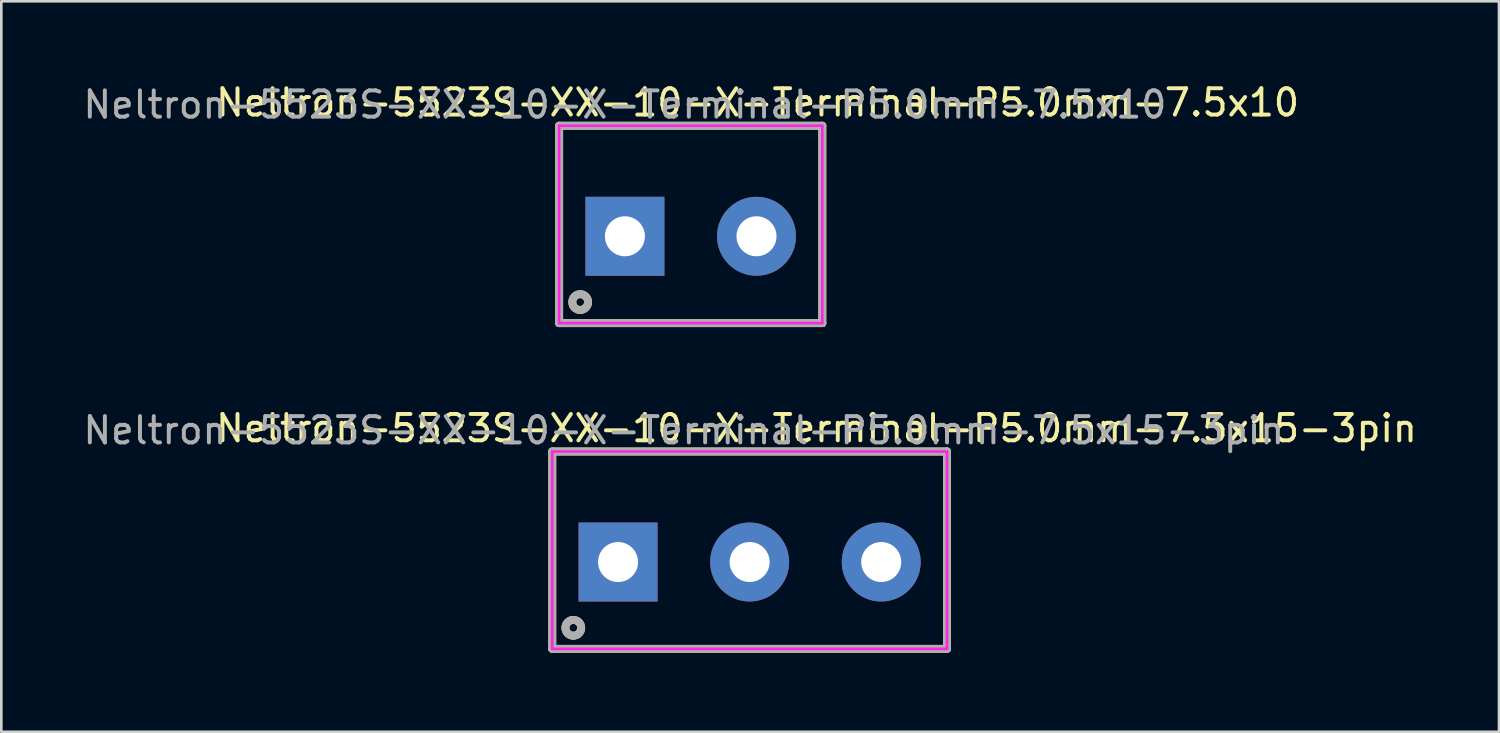
<source format=kicad_pcb>
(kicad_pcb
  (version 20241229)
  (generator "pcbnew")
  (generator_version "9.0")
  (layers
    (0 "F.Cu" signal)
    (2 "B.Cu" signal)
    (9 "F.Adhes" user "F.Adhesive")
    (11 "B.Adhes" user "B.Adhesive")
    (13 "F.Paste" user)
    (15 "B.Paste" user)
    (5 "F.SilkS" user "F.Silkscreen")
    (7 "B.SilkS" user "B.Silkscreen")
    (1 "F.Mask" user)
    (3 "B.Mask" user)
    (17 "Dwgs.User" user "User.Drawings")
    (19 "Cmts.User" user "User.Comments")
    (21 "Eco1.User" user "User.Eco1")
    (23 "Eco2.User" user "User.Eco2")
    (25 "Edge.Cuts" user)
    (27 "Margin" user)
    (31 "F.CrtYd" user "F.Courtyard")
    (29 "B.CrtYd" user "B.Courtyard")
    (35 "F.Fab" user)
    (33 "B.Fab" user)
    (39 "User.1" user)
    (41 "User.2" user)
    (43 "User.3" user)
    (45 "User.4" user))
  (footprint "Neltron-5523S-XX-10-X-Terminal-P5.0mm-7.5x15-3pin"
    (layer "F.Cu")
    (at 25.435 18.306)
    (property "Reference" "Neltron-5523S-XX-10-X-Terminal-P5.0mm-7.5x15-3pin" (at 2.54 -5.08 0) (layer "F.SilkS") (effects (font (size 1 1) (thickness 0.15))))
    (attr through_hole)
    (fp_line (start -7.5 -4.2) (end 7.5 -4.2) (stroke (width 0.3) (type solid)) (layer "F.SilkS"))
    (fp_line (start -7.5 3.3) (end -7.5 -4.2) (stroke (width 0.3) (type solid)) (layer "F.SilkS"))
    (fp_line (start -7.5 3.3) (end 7.5 3.3) (stroke (width 0.3) (type solid)) (layer "F.SilkS"))
    (fp_line (start 7.5 3.3) (end 7.5 -4.2) (stroke (width 0.3) (type solid)) (layer "F.SilkS"))
    (fp_circle (center -6.7 2.5) (end -6.4 2.5) (stroke (width 0.3) (type solid)) (fill no) (layer "F.SilkS"))
    (fp_line (start -7.5 -4.2) (end 7.5 -4.2) (stroke (width 0.1) (type solid)) (layer "F.CrtYd"))
    (fp_line (start -7.5 3.3) (end -7.5 -4.2) (stroke (width 0.1) (type solid)) (layer "F.CrtYd"))
    (fp_line (start 7.5 -4.2) (end 7.5 3.3) (stroke (width 0.1) (type solid)) (layer "F.CrtYd"))
    (fp_line (start 7.5 3.3) (end -7.5 3.3) (stroke (width 0.1) (type solid)) (layer "F.CrtYd"))
    (fp_line (start -7.5 -4.2) (end -7.5 3.3) (stroke (width 0.3) (type solid)) (layer "F.Fab"))
    (fp_line (start -7.5 3.3) (end 7.5 3.3) (stroke (width 0.3) (type solid)) (layer "F.Fab"))
    (fp_line (start 7.5 -4.2) (end -7.5 -4.2) (stroke (width 0.3) (type solid)) (layer "F.Fab"))
    (fp_line (start 7.5 3.3) (end 7.5 -4.2) (stroke (width 0.3) (type solid)) (layer "F.Fab"))
    (fp_circle (center -6.7 2.5) (end -6.4 2.5) (stroke (width 0.3) (type solid)) (fill no) (layer "F.Fab"))
    (fp_text user "${REFERENCE}" (at -2.5 -5 0) (layer "F.Fab") (effects (font (size 1 1) (thickness 0.15))))
    (pad "1" thru_hole rect (at -5 0) (size 3 3) (drill 1.52) (layers "*.Cu" "*.Mask"))
    (pad "2" thru_hole circle (at 0 0) (size 3 3) (drill 1.52) (layers "*.Cu" "*.Mask"))
    (pad "3" thru_hole circle (at 5 0) (size 3 3) (drill 1.52) (layers "*.Cu" "*.Mask")))
  (footprint "Neltron-5523S-XX-10-X-Terminal-P5.0mm-7.5x10"
    (layer "F.Cu")
    (at 23.196 5.928)
    (property "Reference" "Neltron-5523S-XX-10-X-Terminal-P5.0mm-7.5x10" (at 2.54 -5.08 0) (layer "F.SilkS") (effects (font (size 1 1) (thickness 0.15))))
    (attr through_hole)
    (fp_line (start -5 -4.2) (end 5 -4.2) (stroke (width 0.3) (type solid)) (layer "F.SilkS"))
    (fp_line (start -5 3.3) (end -5 -4.2) (stroke (width 0.3) (type solid)) (layer "F.SilkS"))
    (fp_line (start -5 3.3) (end 5 3.3) (stroke (width 0.3) (type solid)) (layer "F.SilkS"))
    (fp_line (start 5 3.3) (end 5 -4.2) (stroke (width 0.3) (type solid)) (layer "F.SilkS"))
    (fp_circle (center -4.2 2.5) (end -3.9 2.5) (stroke (width 0.3) (type solid)) (fill no) (layer "F.SilkS"))
    (fp_line (start -5 -4.2) (end 5 -4.2) (stroke (width 0.1) (type solid)) (layer "F.CrtYd"))
    (fp_line (start -5 3.3) (end -5 -4.2) (stroke (width 0.1) (type solid)) (layer "F.CrtYd"))
    (fp_line (start 5 -4.2) (end 5 3.3) (stroke (width 0.1) (type solid)) (layer "F.CrtYd"))
    (fp_line (start 5 3.3) (end -5 3.3) (stroke (width 0.1) (type solid)) (layer "F.CrtYd"))
    (fp_line (start -5 -4.2) (end -5 3.3) (stroke (width 0.3) (type solid)) (layer "F.Fab"))
    (fp_line (start -5 3.3) (end 5 3.3) (stroke (width 0.3) (type solid)) (layer "F.Fab"))
    (fp_line (start 5 -4.2) (end -5 -4.2) (stroke (width 0.3) (type solid)) (layer "F.Fab"))
    (fp_line (start 5 3.3) (end 5 -4.2) (stroke (width 0.3) (type solid)) (layer "F.Fab"))
    (fp_circle (center -4.2 2.5) (end -3.9 2.5) (stroke (width 0.3) (type solid)) (fill no) (layer "F.Fab"))
    (fp_text user "${REFERENCE}" (at -2.5 -5 0) (layer "F.Fab") (effects (font (size 1 1) (thickness 0.15))))
    (pad "1" thru_hole rect (at -2.5 0) (size 3 3) (drill 1.52) (layers "*.Cu" "*.Mask"))
    (pad "2" thru_hole circle (at 2.5 0) (size 3 3) (drill 1.52) (layers "*.Cu" "*.Mask")))
  (gr_rect
    (start -3 -3)
    (end 53.909 24.756)
    (stroke (width 0.1) (type default))
    (fill no)
    (layer "Edge.Cuts")))
</source>
